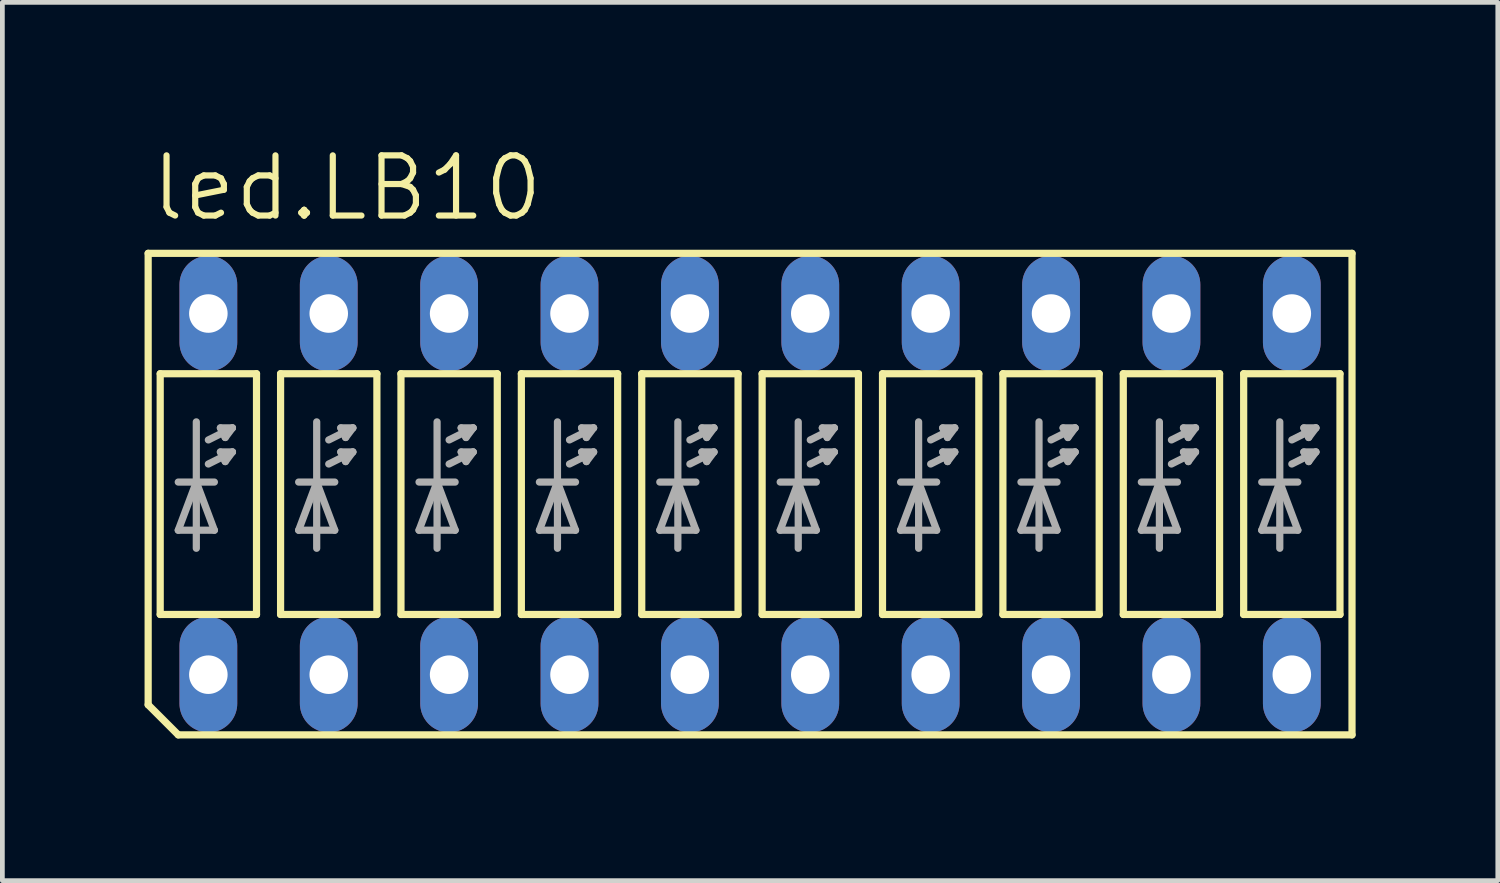
<source format=kicad_pcb>
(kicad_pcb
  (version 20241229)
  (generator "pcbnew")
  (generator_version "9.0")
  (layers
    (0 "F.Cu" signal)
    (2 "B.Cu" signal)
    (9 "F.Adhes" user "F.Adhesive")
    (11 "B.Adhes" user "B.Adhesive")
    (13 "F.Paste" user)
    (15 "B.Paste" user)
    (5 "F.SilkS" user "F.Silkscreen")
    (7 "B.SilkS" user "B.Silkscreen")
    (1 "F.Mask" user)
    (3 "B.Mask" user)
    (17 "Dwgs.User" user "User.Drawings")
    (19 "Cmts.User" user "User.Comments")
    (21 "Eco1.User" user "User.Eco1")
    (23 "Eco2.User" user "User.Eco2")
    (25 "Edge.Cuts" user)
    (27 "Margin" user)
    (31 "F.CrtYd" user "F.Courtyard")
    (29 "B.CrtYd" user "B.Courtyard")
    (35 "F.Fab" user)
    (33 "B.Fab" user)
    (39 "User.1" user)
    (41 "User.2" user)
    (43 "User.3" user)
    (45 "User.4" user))
  (footprint "led.LB10"
    (layer "F.Cu")
    (at 12.776 7.375)
    (property "Reference" "led.LB10" (at -12.7 -5.715 0) (layer "F.SilkS") (effects (font (size 1.27 1.27) (thickness 0.13)) (justify left bottom)))
    (attr through_hole)
    (fp_line (start -12.7 -5.08) (end 12.7 -5.08) (stroke (width 0.152) (type default)) (layer "F.SilkS"))
    (fp_line (start -12.7 4.445) (end -12.7 -5.08) (stroke (width 0.152) (type default)) (layer "F.SilkS"))
    (fp_line (start -12.7 4.445) (end -12.065 5.08) (stroke (width 0.152) (type default)) (layer "F.SilkS"))
    (fp_line (start -12.446 -2.54) (end -10.414 -2.54) (stroke (width 0.152) (type default)) (layer "F.SilkS"))
    (fp_line (start -12.446 2.54) (end -12.446 -2.54) (stroke (width 0.152) (type default)) (layer "F.SilkS"))
    (fp_line (start -12.065 5.08) (end 12.7 5.08) (stroke (width 0.152) (type default)) (layer "F.SilkS"))
    (fp_line (start -10.414 -2.54) (end -10.414 2.54) (stroke (width 0.152) (type default)) (layer "F.SilkS"))
    (fp_line (start -10.414 2.54) (end -12.446 2.54) (stroke (width 0.152) (type default)) (layer "F.SilkS"))
    (fp_line (start -9.906 -2.54) (end -7.874 -2.54) (stroke (width 0.152) (type default)) (layer "F.SilkS"))
    (fp_line (start -9.906 2.54) (end -9.906 -2.54) (stroke (width 0.152) (type default)) (layer "F.SilkS"))
    (fp_line (start -7.874 -2.54) (end -7.874 2.54) (stroke (width 0.152) (type default)) (layer "F.SilkS"))
    (fp_line (start -7.874 2.54) (end -9.906 2.54) (stroke (width 0.152) (type default)) (layer "F.SilkS"))
    (fp_line (start -7.366 -2.54) (end -5.334 -2.54) (stroke (width 0.152) (type default)) (layer "F.SilkS"))
    (fp_line (start -7.366 2.54) (end -7.366 -2.54) (stroke (width 0.152) (type default)) (layer "F.SilkS"))
    (fp_line (start -5.334 -2.54) (end -5.334 2.54) (stroke (width 0.152) (type default)) (layer "F.SilkS"))
    (fp_line (start -5.334 2.54) (end -7.366 2.54) (stroke (width 0.152) (type default)) (layer "F.SilkS"))
    (fp_line (start -4.826 -2.54) (end -4.826 2.54) (stroke (width 0.152) (type default)) (layer "F.SilkS"))
    (fp_line (start -4.826 2.54) (end -2.794 2.54) (stroke (width 0.152) (type default)) (layer "F.SilkS"))
    (fp_line (start -2.794 -2.54) (end -4.826 -2.54) (stroke (width 0.152) (type default)) (layer "F.SilkS"))
    (fp_line (start -2.794 2.54) (end -2.794 -2.54) (stroke (width 0.152) (type default)) (layer "F.SilkS"))
    (fp_line (start -2.286 -2.54) (end -2.286 2.54) (stroke (width 0.152) (type default)) (layer "F.SilkS"))
    (fp_line (start -2.286 2.54) (end -0.254 2.54) (stroke (width 0.152) (type default)) (layer "F.SilkS"))
    (fp_line (start -0.254 -2.54) (end -2.286 -2.54) (stroke (width 0.152) (type default)) (layer "F.SilkS"))
    (fp_line (start -0.254 2.54) (end -0.254 -2.54) (stroke (width 0.152) (type default)) (layer "F.SilkS"))
    (fp_line (start 0.254 -2.54) (end 0.254 2.54) (stroke (width 0.152) (type default)) (layer "F.SilkS"))
    (fp_line (start 0.254 2.54) (end 2.286 2.54) (stroke (width 0.152) (type default)) (layer "F.SilkS"))
    (fp_line (start 2.286 -2.54) (end 0.254 -2.54) (stroke (width 0.152) (type default)) (layer "F.SilkS"))
    (fp_line (start 2.286 2.54) (end 2.286 -2.54) (stroke (width 0.152) (type default)) (layer "F.SilkS"))
    (fp_line (start 2.794 -2.54) (end 2.794 2.54) (stroke (width 0.152) (type default)) (layer "F.SilkS"))
    (fp_line (start 2.794 2.54) (end 4.826 2.54) (stroke (width 0.152) (type default)) (layer "F.SilkS"))
    (fp_line (start 4.826 -2.54) (end 2.794 -2.54) (stroke (width 0.152) (type default)) (layer "F.SilkS"))
    (fp_line (start 4.826 2.54) (end 4.826 -2.54) (stroke (width 0.152) (type default)) (layer "F.SilkS"))
    (fp_line (start 5.334 -2.54) (end 5.334 2.54) (stroke (width 0.152) (type default)) (layer "F.SilkS"))
    (fp_line (start 5.334 2.54) (end 7.366 2.54) (stroke (width 0.152) (type default)) (layer "F.SilkS"))
    (fp_line (start 7.366 -2.54) (end 5.334 -2.54) (stroke (width 0.152) (type default)) (layer "F.SilkS"))
    (fp_line (start 7.366 2.54) (end 7.366 -2.54) (stroke (width 0.152) (type default)) (layer "F.SilkS"))
    (fp_line (start 7.874 -2.54) (end 7.874 2.54) (stroke (width 0.152) (type default)) (layer "F.SilkS"))
    (fp_line (start 7.874 2.54) (end 9.906 2.54) (stroke (width 0.152) (type default)) (layer "F.SilkS"))
    (fp_line (start 9.906 -2.54) (end 7.874 -2.54) (stroke (width 0.152) (type default)) (layer "F.SilkS"))
    (fp_line (start 9.906 2.54) (end 9.906 -2.54) (stroke (width 0.152) (type default)) (layer "F.SilkS"))
    (fp_line (start 10.414 -2.54) (end 10.414 2.54) (stroke (width 0.152) (type default)) (layer "F.SilkS"))
    (fp_line (start 10.414 2.54) (end 12.446 2.54) (stroke (width 0.152) (type default)) (layer "F.SilkS"))
    (fp_line (start 12.446 -2.54) (end 10.414 -2.54) (stroke (width 0.152) (type default)) (layer "F.SilkS"))
    (fp_line (start 12.446 2.54) (end 12.446 -2.54) (stroke (width 0.152) (type default)) (layer "F.SilkS"))
    (fp_line (start 12.7 5.08) (end 12.7 -5.08) (stroke (width 0.152) (type default)) (layer "F.SilkS"))
    (fp_line (start -12.065 -0.254) (end -11.684 -0.254) (stroke (width 0.152) (type default)) (layer "F.Fab"))
    (fp_line (start -12.065 0.762) (end -11.684 -0.254) (stroke (width 0.152) (type default)) (layer "F.Fab"))
    (fp_line (start -12.065 0.762) (end -11.303 0.762) (stroke (width 0.152) (type default)) (layer "F.Fab"))
    (fp_line (start -11.684 -0.254) (end -11.684 -1.524) (stroke (width 0.152) (type default)) (layer "F.Fab"))
    (fp_line (start -11.684 -0.254) (end -11.303 -0.254) (stroke (width 0.152) (type default)) (layer "F.Fab"))
    (fp_line (start -11.684 -0.254) (end -11.303 0.762) (stroke (width 0.152) (type default)) (layer "F.Fab"))
    (fp_line (start -11.684 1.143) (end -11.684 -0.254) (stroke (width 0.152) (type default)) (layer "F.Fab"))
    (fp_line (start -11.43 -1.143) (end -10.922 -1.397) (stroke (width 0.152) (type default)) (layer "F.Fab"))
    (fp_line (start -11.43 -0.635) (end -10.922 -0.889) (stroke (width 0.152) (type default)) (layer "F.Fab"))
    (fp_line (start -11.074 -1.194) (end -11.176 -1.397) (stroke (width 0.152) (type default)) (layer "F.Fab"))
    (fp_line (start -11.074 -0.686) (end -11.176 -0.889) (stroke (width 0.152) (type default)) (layer "F.Fab"))
    (fp_line (start -10.922 -1.397) (end -11.176 -1.397) (stroke (width 0.152) (type default)) (layer "F.Fab"))
    (fp_line (start -10.922 -1.397) (end -11.074 -1.194) (stroke (width 0.152) (type default)) (layer "F.Fab"))
    (fp_line (start -10.922 -0.889) (end -11.176 -0.889) (stroke (width 0.152) (type default)) (layer "F.Fab"))
    (fp_line (start -10.922 -0.889) (end -11.074 -0.686) (stroke (width 0.152) (type default)) (layer "F.Fab"))
    (fp_line (start -9.525 -0.254) (end -9.144 -0.254) (stroke (width 0.152) (type default)) (layer "F.Fab"))
    (fp_line (start -9.525 0.762) (end -9.144 -0.254) (stroke (width 0.152) (type default)) (layer "F.Fab"))
    (fp_line (start -9.525 0.762) (end -8.763 0.762) (stroke (width 0.152) (type default)) (layer "F.Fab"))
    (fp_line (start -9.144 -0.254) (end -9.144 -1.524) (stroke (width 0.152) (type default)) (layer "F.Fab"))
    (fp_line (start -9.144 -0.254) (end -8.763 -0.254) (stroke (width 0.152) (type default)) (layer "F.Fab"))
    (fp_line (start -9.144 -0.254) (end -8.763 0.762) (stroke (width 0.152) (type default)) (layer "F.Fab"))
    (fp_line (start -9.144 1.143) (end -9.144 -0.254) (stroke (width 0.152) (type default)) (layer "F.Fab"))
    (fp_line (start -8.89 -1.143) (end -8.382 -1.397) (stroke (width 0.152) (type default)) (layer "F.Fab"))
    (fp_line (start -8.89 -0.635) (end -8.382 -0.889) (stroke (width 0.152) (type default)) (layer "F.Fab"))
    (fp_line (start -8.534 -1.194) (end -8.636 -1.397) (stroke (width 0.152) (type default)) (layer "F.Fab"))
    (fp_line (start -8.534 -0.686) (end -8.636 -0.889) (stroke (width 0.152) (type default)) (layer "F.Fab"))
    (fp_line (start -8.382 -1.397) (end -8.636 -1.397) (stroke (width 0.152) (type default)) (layer "F.Fab"))
    (fp_line (start -8.382 -1.397) (end -8.534 -1.194) (stroke (width 0.152) (type default)) (layer "F.Fab"))
    (fp_line (start -8.382 -0.889) (end -8.636 -0.889) (stroke (width 0.152) (type default)) (layer "F.Fab"))
    (fp_line (start -8.382 -0.889) (end -8.534 -0.686) (stroke (width 0.152) (type default)) (layer "F.Fab"))
    (fp_line (start -6.985 -0.254) (end -6.604 -0.254) (stroke (width 0.152) (type default)) (layer "F.Fab"))
    (fp_line (start -6.985 0.762) (end -6.604 -0.254) (stroke (width 0.152) (type default)) (layer "F.Fab"))
    (fp_line (start -6.985 0.762) (end -6.223 0.762) (stroke (width 0.152) (type default)) (layer "F.Fab"))
    (fp_line (start -6.604 -0.254) (end -6.604 -1.524) (stroke (width 0.152) (type default)) (layer "F.Fab"))
    (fp_line (start -6.604 -0.254) (end -6.223 -0.254) (stroke (width 0.152) (type default)) (layer "F.Fab"))
    (fp_line (start -6.604 -0.254) (end -6.223 0.762) (stroke (width 0.152) (type default)) (layer "F.Fab"))
    (fp_line (start -6.604 1.143) (end -6.604 -0.254) (stroke (width 0.152) (type default)) (layer "F.Fab"))
    (fp_line (start -6.35 -1.143) (end -5.842 -1.397) (stroke (width 0.152) (type default)) (layer "F.Fab"))
    (fp_line (start -6.35 -0.635) (end -5.842 -0.889) (stroke (width 0.152) (type default)) (layer "F.Fab"))
    (fp_line (start -5.994 -1.194) (end -6.096 -1.397) (stroke (width 0.152) (type default)) (layer "F.Fab"))
    (fp_line (start -5.994 -0.686) (end -6.096 -0.889) (stroke (width 0.152) (type default)) (layer "F.Fab"))
    (fp_line (start -5.842 -1.397) (end -6.096 -1.397) (stroke (width 0.152) (type default)) (layer "F.Fab"))
    (fp_line (start -5.842 -1.397) (end -5.994 -1.194) (stroke (width 0.152) (type default)) (layer "F.Fab"))
    (fp_line (start -5.842 -0.889) (end -6.096 -0.889) (stroke (width 0.152) (type default)) (layer "F.Fab"))
    (fp_line (start -5.842 -0.889) (end -5.994 -0.686) (stroke (width 0.152) (type default)) (layer "F.Fab"))
    (fp_line (start -4.445 -0.254) (end -4.064 -0.254) (stroke (width 0.152) (type default)) (layer "F.Fab"))
    (fp_line (start -4.445 0.762) (end -4.064 -0.254) (stroke (width 0.152) (type default)) (layer "F.Fab"))
    (fp_line (start -4.445 0.762) (end -3.683 0.762) (stroke (width 0.152) (type default)) (layer "F.Fab"))
    (fp_line (start -4.064 -0.254) (end -4.064 -1.524) (stroke (width 0.152) (type default)) (layer "F.Fab"))
    (fp_line (start -4.064 -0.254) (end -3.683 -0.254) (stroke (width 0.152) (type default)) (layer "F.Fab"))
    (fp_line (start -4.064 -0.254) (end -3.683 0.762) (stroke (width 0.152) (type default)) (layer "F.Fab"))
    (fp_line (start -4.064 1.143) (end -4.064 -0.254) (stroke (width 0.152) (type default)) (layer "F.Fab"))
    (fp_line (start -3.81 -1.143) (end -3.302 -1.397) (stroke (width 0.152) (type default)) (layer "F.Fab"))
    (fp_line (start -3.81 -0.635) (end -3.302 -0.889) (stroke (width 0.152) (type default)) (layer "F.Fab"))
    (fp_line (start -3.454 -1.194) (end -3.556 -1.397) (stroke (width 0.152) (type default)) (layer "F.Fab"))
    (fp_line (start -3.454 -0.686) (end -3.556 -0.889) (stroke (width 0.152) (type default)) (layer "F.Fab"))
    (fp_line (start -3.302 -1.397) (end -3.556 -1.397) (stroke (width 0.152) (type default)) (layer "F.Fab"))
    (fp_line (start -3.302 -1.397) (end -3.454 -1.194) (stroke (width 0.152) (type default)) (layer "F.Fab"))
    (fp_line (start -3.302 -0.889) (end -3.556 -0.889) (stroke (width 0.152) (type default)) (layer "F.Fab"))
    (fp_line (start -3.302 -0.889) (end -3.454 -0.686) (stroke (width 0.152) (type default)) (layer "F.Fab"))
    (fp_line (start -1.905 -0.254) (end -1.524 -0.254) (stroke (width 0.152) (type default)) (layer "F.Fab"))
    (fp_line (start -1.905 0.762) (end -1.524 -0.254) (stroke (width 0.152) (type default)) (layer "F.Fab"))
    (fp_line (start -1.905 0.762) (end -1.143 0.762) (stroke (width 0.152) (type default)) (layer "F.Fab"))
    (fp_line (start -1.524 -0.254) (end -1.524 -1.524) (stroke (width 0.152) (type default)) (layer "F.Fab"))
    (fp_line (start -1.524 -0.254) (end -1.143 -0.254) (stroke (width 0.152) (type default)) (layer "F.Fab"))
    (fp_line (start -1.524 -0.254) (end -1.143 0.762) (stroke (width 0.152) (type default)) (layer "F.Fab"))
    (fp_line (start -1.524 1.143) (end -1.524 -0.254) (stroke (width 0.152) (type default)) (layer "F.Fab"))
    (fp_line (start -1.27 -1.143) (end -0.762 -1.397) (stroke (width 0.152) (type default)) (layer "F.Fab"))
    (fp_line (start -1.27 -0.635) (end -0.762 -0.889) (stroke (width 0.152) (type default)) (layer "F.Fab"))
    (fp_line (start -0.914 -1.194) (end -1.016 -1.397) (stroke (width 0.152) (type default)) (layer "F.Fab"))
    (fp_line (start -0.914 -0.686) (end -1.016 -0.889) (stroke (width 0.152) (type default)) (layer "F.Fab"))
    (fp_line (start -0.762 -1.397) (end -1.016 -1.397) (stroke (width 0.152) (type default)) (layer "F.Fab"))
    (fp_line (start -0.762 -1.397) (end -0.914 -1.194) (stroke (width 0.152) (type default)) (layer "F.Fab"))
    (fp_line (start -0.762 -0.889) (end -1.016 -0.889) (stroke (width 0.152) (type default)) (layer "F.Fab"))
    (fp_line (start -0.762 -0.889) (end -0.914 -0.686) (stroke (width 0.152) (type default)) (layer "F.Fab"))
    (fp_line (start 0.635 -0.254) (end 1.016 -0.254) (stroke (width 0.152) (type default)) (layer "F.Fab"))
    (fp_line (start 0.635 0.762) (end 1.016 -0.254) (stroke (width 0.152) (type default)) (layer "F.Fab"))
    (fp_line (start 0.635 0.762) (end 1.397 0.762) (stroke (width 0.152) (type default)) (layer "F.Fab"))
    (fp_line (start 1.016 -0.254) (end 1.016 -1.524) (stroke (width 0.152) (type default)) (layer "F.Fab"))
    (fp_line (start 1.016 -0.254) (end 1.397 -0.254) (stroke (width 0.152) (type default)) (layer "F.Fab"))
    (fp_line (start 1.016 -0.254) (end 1.397 0.762) (stroke (width 0.152) (type default)) (layer "F.Fab"))
    (fp_line (start 1.016 1.143) (end 1.016 -0.254) (stroke (width 0.152) (type default)) (layer "F.Fab"))
    (fp_line (start 1.27 -1.143) (end 1.778 -1.397) (stroke (width 0.152) (type default)) (layer "F.Fab"))
    (fp_line (start 1.27 -0.635) (end 1.778 -0.889) (stroke (width 0.152) (type default)) (layer "F.Fab"))
    (fp_line (start 1.626 -1.194) (end 1.524 -1.397) (stroke (width 0.152) (type default)) (layer "F.Fab"))
    (fp_line (start 1.626 -0.686) (end 1.524 -0.889) (stroke (width 0.152) (type default)) (layer "F.Fab"))
    (fp_line (start 1.778 -1.397) (end 1.524 -1.397) (stroke (width 0.152) (type default)) (layer "F.Fab"))
    (fp_line (start 1.778 -1.397) (end 1.626 -1.194) (stroke (width 0.152) (type default)) (layer "F.Fab"))
    (fp_line (start 1.778 -0.889) (end 1.524 -0.889) (stroke (width 0.152) (type default)) (layer "F.Fab"))
    (fp_line (start 1.778 -0.889) (end 1.626 -0.686) (stroke (width 0.152) (type default)) (layer "F.Fab"))
    (fp_line (start 3.175 -0.254) (end 3.556 -0.254) (stroke (width 0.152) (type default)) (layer "F.Fab"))
    (fp_line (start 3.175 0.762) (end 3.556 -0.254) (stroke (width 0.152) (type default)) (layer "F.Fab"))
    (fp_line (start 3.175 0.762) (end 3.937 0.762) (stroke (width 0.152) (type default)) (layer "F.Fab"))
    (fp_line (start 3.556 -0.254) (end 3.556 -1.524) (stroke (width 0.152) (type default)) (layer "F.Fab"))
    (fp_line (start 3.556 -0.254) (end 3.937 -0.254) (stroke (width 0.152) (type default)) (layer "F.Fab"))
    (fp_line (start 3.556 -0.254) (end 3.937 0.762) (stroke (width 0.152) (type default)) (layer "F.Fab"))
    (fp_line (start 3.556 1.143) (end 3.556 -0.254) (stroke (width 0.152) (type default)) (layer "F.Fab"))
    (fp_line (start 3.81 -1.143) (end 4.318 -1.397) (stroke (width 0.152) (type default)) (layer "F.Fab"))
    (fp_line (start 3.81 -0.635) (end 4.318 -0.889) (stroke (width 0.152) (type default)) (layer "F.Fab"))
    (fp_line (start 4.166 -1.194) (end 4.064 -1.397) (stroke (width 0.152) (type default)) (layer "F.Fab"))
    (fp_line (start 4.166 -0.686) (end 4.064 -0.889) (stroke (width 0.152) (type default)) (layer "F.Fab"))
    (fp_line (start 4.318 -1.397) (end 4.064 -1.397) (stroke (width 0.152) (type default)) (layer "F.Fab"))
    (fp_line (start 4.318 -1.397) (end 4.166 -1.194) (stroke (width 0.152) (type default)) (layer "F.Fab"))
    (fp_line (start 4.318 -0.889) (end 4.064 -0.889) (stroke (width 0.152) (type default)) (layer "F.Fab"))
    (fp_line (start 4.318 -0.889) (end 4.166 -0.686) (stroke (width 0.152) (type default)) (layer "F.Fab"))
    (fp_line (start 5.715 -0.254) (end 6.096 -0.254) (stroke (width 0.152) (type default)) (layer "F.Fab"))
    (fp_line (start 5.715 0.762) (end 6.096 -0.254) (stroke (width 0.152) (type default)) (layer "F.Fab"))
    (fp_line (start 5.715 0.762) (end 6.477 0.762) (stroke (width 0.152) (type default)) (layer "F.Fab"))
    (fp_line (start 6.096 -0.254) (end 6.096 -1.524) (stroke (width 0.152) (type default)) (layer "F.Fab"))
    (fp_line (start 6.096 -0.254) (end 6.477 -0.254) (stroke (width 0.152) (type default)) (layer "F.Fab"))
    (fp_line (start 6.096 -0.254) (end 6.477 0.762) (stroke (width 0.152) (type default)) (layer "F.Fab"))
    (fp_line (start 6.096 1.143) (end 6.096 -0.254) (stroke (width 0.152) (type default)) (layer "F.Fab"))
    (fp_line (start 6.35 -1.143) (end 6.858 -1.397) (stroke (width 0.152) (type default)) (layer "F.Fab"))
    (fp_line (start 6.35 -0.635) (end 6.858 -0.889) (stroke (width 0.152) (type default)) (layer "F.Fab"))
    (fp_line (start 6.706 -1.194) (end 6.604 -1.397) (stroke (width 0.152) (type default)) (layer "F.Fab"))
    (fp_line (start 6.706 -0.686) (end 6.604 -0.889) (stroke (width 0.152) (type default)) (layer "F.Fab"))
    (fp_line (start 6.858 -1.397) (end 6.604 -1.397) (stroke (width 0.152) (type default)) (layer "F.Fab"))
    (fp_line (start 6.858 -1.397) (end 6.706 -1.194) (stroke (width 0.152) (type default)) (layer "F.Fab"))
    (fp_line (start 6.858 -0.889) (end 6.604 -0.889) (stroke (width 0.152) (type default)) (layer "F.Fab"))
    (fp_line (start 6.858 -0.889) (end 6.706 -0.686) (stroke (width 0.152) (type default)) (layer "F.Fab"))
    (fp_line (start 8.255 -0.254) (end 8.636 -0.254) (stroke (width 0.152) (type default)) (layer "F.Fab"))
    (fp_line (start 8.255 0.762) (end 8.636 -0.254) (stroke (width 0.152) (type default)) (layer "F.Fab"))
    (fp_line (start 8.255 0.762) (end 9.017 0.762) (stroke (width 0.152) (type default)) (layer "F.Fab"))
    (fp_line (start 8.636 -0.254) (end 8.636 -1.524) (stroke (width 0.152) (type default)) (layer "F.Fab"))
    (fp_line (start 8.636 -0.254) (end 9.017 -0.254) (stroke (width 0.152) (type default)) (layer "F.Fab"))
    (fp_line (start 8.636 -0.254) (end 9.017 0.762) (stroke (width 0.152) (type default)) (layer "F.Fab"))
    (fp_line (start 8.636 1.143) (end 8.636 -0.254) (stroke (width 0.152) (type default)) (layer "F.Fab"))
    (fp_line (start 8.89 -1.143) (end 9.398 -1.397) (stroke (width 0.152) (type default)) (layer "F.Fab"))
    (fp_line (start 8.89 -0.635) (end 9.398 -0.889) (stroke (width 0.152) (type default)) (layer "F.Fab"))
    (fp_line (start 9.246 -1.194) (end 9.144 -1.397) (stroke (width 0.152) (type default)) (layer "F.Fab"))
    (fp_line (start 9.246 -0.686) (end 9.144 -0.889) (stroke (width 0.152) (type default)) (layer "F.Fab"))
    (fp_line (start 9.398 -1.397) (end 9.144 -1.397) (stroke (width 0.152) (type default)) (layer "F.Fab"))
    (fp_line (start 9.398 -1.397) (end 9.246 -1.194) (stroke (width 0.152) (type default)) (layer "F.Fab"))
    (fp_line (start 9.398 -0.889) (end 9.144 -0.889) (stroke (width 0.152) (type default)) (layer "F.Fab"))
    (fp_line (start 9.398 -0.889) (end 9.246 -0.686) (stroke (width 0.152) (type default)) (layer "F.Fab"))
    (fp_line (start 10.795 -0.254) (end 11.176 -0.254) (stroke (width 0.152) (type default)) (layer "F.Fab"))
    (fp_line (start 10.795 0.762) (end 11.176 -0.254) (stroke (width 0.152) (type default)) (layer "F.Fab"))
    (fp_line (start 10.795 0.762) (end 11.557 0.762) (stroke (width 0.152) (type default)) (layer "F.Fab"))
    (fp_line (start 11.176 -0.254) (end 11.176 -1.524) (stroke (width 0.152) (type default)) (layer "F.Fab"))
    (fp_line (start 11.176 -0.254) (end 11.557 -0.254) (stroke (width 0.152) (type default)) (layer "F.Fab"))
    (fp_line (start 11.176 -0.254) (end 11.557 0.762) (stroke (width 0.152) (type default)) (layer "F.Fab"))
    (fp_line (start 11.176 1.143) (end 11.176 -0.254) (stroke (width 0.152) (type default)) (layer "F.Fab"))
    (fp_line (start 11.43 -1.143) (end 11.938 -1.397) (stroke (width 0.152) (type default)) (layer "F.Fab"))
    (fp_line (start 11.43 -0.635) (end 11.938 -0.889) (stroke (width 0.152) (type default)) (layer "F.Fab"))
    (fp_line (start 11.786 -1.194) (end 11.684 -1.397) (stroke (width 0.152) (type default)) (layer "F.Fab"))
    (fp_line (start 11.786 -0.686) (end 11.684 -0.889) (stroke (width 0.152) (type default)) (layer "F.Fab"))
    (fp_line (start 11.938 -1.397) (end 11.684 -1.397) (stroke (width 0.152) (type default)) (layer "F.Fab"))
    (fp_line (start 11.938 -1.397) (end 11.786 -1.194) (stroke (width 0.152) (type default)) (layer "F.Fab"))
    (fp_line (start 11.938 -0.889) (end 11.684 -0.889) (stroke (width 0.152) (type default)) (layer "F.Fab"))
    (fp_line (start 11.938 -0.889) (end 11.786 -0.686) (stroke (width 0.152) (type default)) (layer "F.Fab"))
    (pad "1" thru_hole oval (at -11.43 3.81 90) (size 2.438 1.219) (drill 0.813) (layers "*.Cu" "*.Mask"))
    (pad "2" thru_hole oval (at -8.89 3.81 90) (size 2.438 1.219) (drill 0.813) (layers "*.Cu" "*.Mask"))
    (pad "3" thru_hole oval (at -6.35 3.81 90) (size 2.438 1.219) (drill 0.813) (layers "*.Cu" "*.Mask"))
    (pad "4" thru_hole oval (at -3.81 3.81 90) (size 2.438 1.219) (drill 0.813) (layers "*.Cu" "*.Mask"))
    (pad "5" thru_hole oval (at -1.27 3.81 90) (size 2.438 1.219) (drill 0.813) (layers "*.Cu" "*.Mask"))
    (pad "6" thru_hole oval (at 1.27 3.81 90) (size 2.438 1.219) (drill 0.813) (layers "*.Cu" "*.Mask"))
    (pad "7" thru_hole oval (at 3.81 3.81 90) (size 2.438 1.219) (drill 0.813) (layers "*.Cu" "*.Mask"))
    (pad "8" thru_hole oval (at 6.35 3.81 90) (size 2.438 1.219) (drill 0.813) (layers "*.Cu" "*.Mask"))
    (pad "9" thru_hole oval (at 8.89 3.81 90) (size 2.438 1.219) (drill 0.813) (layers "*.Cu" "*.Mask"))
    (pad "10" thru_hole oval (at 11.43 3.81 90) (size 2.438 1.219) (drill 0.813) (layers "*.Cu" "*.Mask"))
    (pad "11" thru_hole oval (at 11.43 -3.81 90) (size 2.438 1.219) (drill 0.813) (layers "*.Cu" "*.Mask"))
    (pad "12" thru_hole oval (at 8.89 -3.81 90) (size 2.438 1.219) (drill 0.813) (layers "*.Cu" "*.Mask"))
    (pad "13" thru_hole oval (at 6.35 -3.81 90) (size 2.438 1.219) (drill 0.813) (layers "*.Cu" "*.Mask"))
    (pad "14" thru_hole oval (at 3.81 -3.81 90) (size 2.438 1.219) (drill 0.813) (layers "*.Cu" "*.Mask"))
    (pad "15" thru_hole oval (at 1.27 -3.81 90) (size 2.438 1.219) (drill 0.813) (layers "*.Cu" "*.Mask"))
    (pad "16" thru_hole oval (at -1.27 -3.81 90) (size 2.438 1.219) (drill 0.813) (layers "*.Cu" "*.Mask"))
    (pad "17" thru_hole oval (at -3.81 -3.81 90) (size 2.438 1.219) (drill 0.813) (layers "*.Cu" "*.Mask"))
    (pad "18" thru_hole oval (at -6.35 -3.81 90) (size 2.438 1.219) (drill 0.813) (layers "*.Cu" "*.Mask"))
    (pad "19" thru_hole oval (at -8.89 -3.81 90) (size 2.438 1.219) (drill 0.813) (layers "*.Cu" "*.Mask"))
    (pad "20" thru_hole oval (at -11.43 -3.81 90) (size 2.438 1.219) (drill 0.813) (layers "*.Cu" "*.Mask")))
  (gr_rect
    (start -3 -3)
    (end 28.552 15.531)
    (stroke (width 0.1) (type default))
    (fill no)
    (layer "Edge.Cuts")))
</source>
